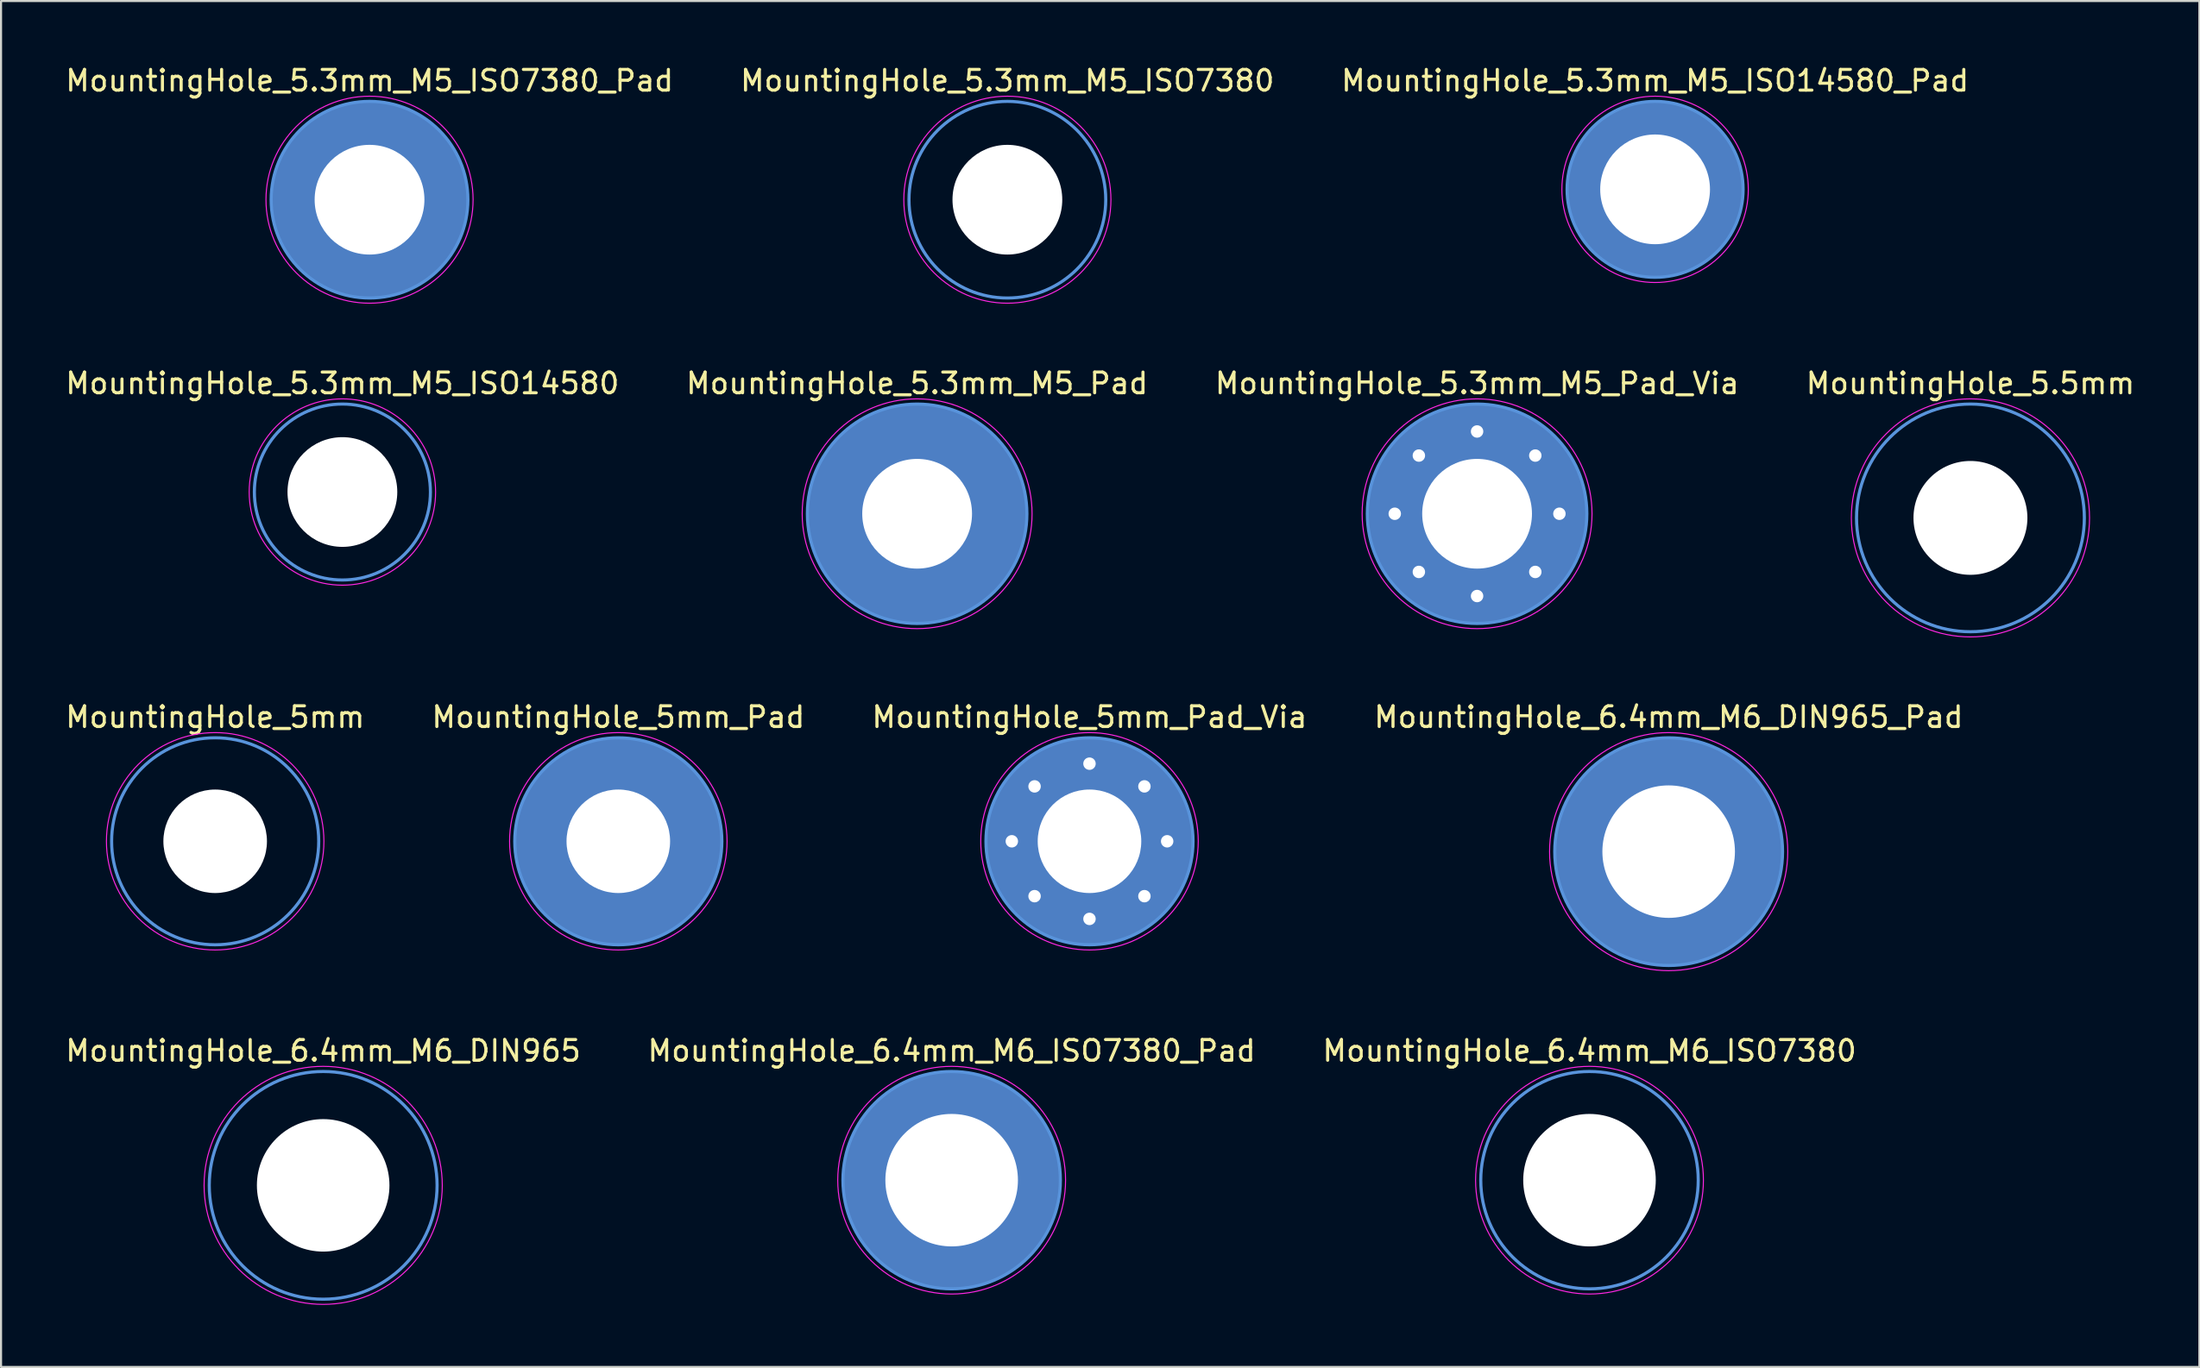
<source format=kicad_pcb>
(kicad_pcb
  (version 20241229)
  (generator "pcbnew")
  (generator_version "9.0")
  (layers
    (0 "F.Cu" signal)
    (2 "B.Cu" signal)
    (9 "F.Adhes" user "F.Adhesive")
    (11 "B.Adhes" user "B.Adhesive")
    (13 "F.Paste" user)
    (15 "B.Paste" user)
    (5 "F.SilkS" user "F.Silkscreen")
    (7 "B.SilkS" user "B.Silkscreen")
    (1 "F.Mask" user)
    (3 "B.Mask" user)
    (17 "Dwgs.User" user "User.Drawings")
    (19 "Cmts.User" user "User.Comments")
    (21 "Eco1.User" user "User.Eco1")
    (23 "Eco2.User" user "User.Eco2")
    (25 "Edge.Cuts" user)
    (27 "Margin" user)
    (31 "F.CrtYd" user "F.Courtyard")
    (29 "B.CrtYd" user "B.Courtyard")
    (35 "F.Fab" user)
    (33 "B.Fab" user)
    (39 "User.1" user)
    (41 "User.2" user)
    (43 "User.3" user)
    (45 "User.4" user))
  (footprint "MountingHole_5.3mm_M5_ISO14580"
    (layer "F.Cu")
    (at 13.482 20.721)
    (property "Reference" "MountingHole_5.3mm_M5_ISO14580" (at 0 -5.25 0) (layer "F.SilkS") (effects (font (size 1 1) (thickness 0.15))))
    (attr through_hole)
    (fp_circle (center 0 0) (end 4.25 0) (stroke (width 0.15) (type solid)) (fill no) (layer "Cmts.User"))
    (fp_circle (center 0 0) (end 4.5 0) (stroke (width 0.05) (type solid)) (fill no) (layer "F.CrtYd"))
    (pad "" np_thru_hole circle (at 0 0) (size 5.3 5.3) (drill 5.3) (layers "*.Cu" "*.Mask")))
  (footprint "MountingHole_5mm"
    (layer "F.Cu")
    (at 7.339 37.595)
    (property "Reference" "MountingHole_5mm" (at 0 -6 0) (layer "F.SilkS") (effects (font (size 1 1) (thickness 0.15))))
    (attr through_hole)
    (fp_circle (center 0 0) (end 5 0) (stroke (width 0.15) (type solid)) (fill no) (layer "Cmts.User"))
    (fp_circle (center 0 0) (end 5.25 0) (stroke (width 0.05) (type solid)) (fill no) (layer "F.CrtYd"))
    (pad "" np_thru_hole circle (at 0 0) (size 5 5) (drill 5) (layers "*.Cu" "*.Mask")))
  (footprint "MountingHole_6.4mm_M6_DIN965_Pad"
    (layer "F.Cu")
    (at 77.518 38.095)
    (property "Reference" "MountingHole_6.4mm_M6_DIN965_Pad" (at 0 -6.5 0) (layer "F.SilkS") (effects (font (size 1 1) (thickness 0.15))))
    (attr through_hole)
    (fp_circle (center 0 0) (end 5.5 0) (stroke (width 0.15) (type solid)) (fill no) (layer "Cmts.User"))
    (fp_circle (center 0 0) (end 5.75 0) (stroke (width 0.05) (type solid)) (fill no) (layer "F.CrtYd"))
    (pad "1" thru_hole circle (at 0 0) (size 11 11) (drill 6.4) (layers "*.Cu" "*.Mask")))
  (footprint "MountingHole_5mm_Pad_Via"
    (layer "F.Cu")
    (at 49.554 37.595)
    (property "Reference" "MountingHole_5mm_Pad_Via" (at 0 -6 0) (layer "F.SilkS") (effects (font (size 1 1) (thickness 0.15))))
    (attr through_hole)
    (fp_circle (center 0 0) (end 5 0) (stroke (width 0.15) (type solid)) (fill no) (layer "Cmts.User"))
    (fp_circle (center 0 0) (end 5.25 0) (stroke (width 0.05) (type solid)) (fill no) (layer "F.CrtYd"))
    (pad "" thru_hole circle (at -3.75 0) (size 0.7 0.7) (drill 0.6) (layers "*.Cu" "*.Mask"))
    (pad "" thru_hole circle (at -2.652 -2.652) (size 0.7 0.7) (drill 0.6) (layers "*.Cu" "*.Mask"))
    (pad "" thru_hole circle (at -2.652 2.652) (size 0.7 0.7) (drill 0.6) (layers "*.Cu" "*.Mask"))
    (pad "" thru_hole circle (at 0 -3.75) (size 0.7 0.7) (drill 0.6) (layers "*.Cu" "*.Mask"))
    (pad "" thru_hole circle (at 0 3.75) (size 0.7 0.7) (drill 0.6) (layers "*.Cu" "*.Mask"))
    (pad "" thru_hole circle (at 2.652 -2.652) (size 0.7 0.7) (drill 0.6) (layers "*.Cu" "*.Mask"))
    (pad "" thru_hole circle (at 2.652 2.652) (size 0.7 0.7) (drill 0.6) (layers "*.Cu" "*.Mask"))
    (pad "" thru_hole circle (at 3.75 0) (size 0.7 0.7) (drill 0.6) (layers "*.Cu" "*.Mask"))
    (pad "1" thru_hole circle (at 0 0) (size 10 10) (drill 5) (layers "*.Cu" "*.Mask")))
  (footprint "MountingHole_6.4mm_M6_ISO7380"
    (layer "F.Cu")
    (at 73.696 53.968)
    (property "Reference" "MountingHole_6.4mm_M6_ISO7380" (at 0 -6.25 0) (layer "F.SilkS") (effects (font (size 1 1) (thickness 0.15))))
    (attr through_hole)
    (fp_circle (center 0 0) (end 5.25 0) (stroke (width 0.15) (type solid)) (fill no) (layer "Cmts.User"))
    (fp_circle (center 0 0) (end 5.5 0) (stroke (width 0.05) (type solid)) (fill no) (layer "F.CrtYd"))
    (pad "" np_thru_hole circle (at 0 0) (size 6.4 6.4) (drill 6.4) (layers "*.Cu" "*.Mask")))
  (footprint "MountingHole_5.3mm_M5_ISO14580_Pad"
    (layer "F.Cu")
    (at 76.863 6.098)
    (property "Reference" "MountingHole_5.3mm_M5_ISO14580_Pad" (at 0 -5.25 0) (layer "F.SilkS") (effects (font (size 1 1) (thickness 0.15))))
    (attr through_hole)
    (fp_circle (center 0 0) (end 4.25 0) (stroke (width 0.15) (type solid)) (fill no) (layer "Cmts.User"))
    (fp_circle (center 0 0) (end 4.5 0) (stroke (width 0.05) (type solid)) (fill no) (layer "F.CrtYd"))
    (pad "1" thru_hole circle (at 0 0) (size 8.5 8.5) (drill 5.3) (layers "*.Cu" "*.Mask")))
  (footprint "MountingHole_5.3mm_M5_Pad_Via"
    (layer "F.Cu")
    (at 68.268 21.771)
    (property "Reference" "MountingHole_5.3mm_M5_Pad_Via" (at 0 -6.3 0) (layer "F.SilkS") (effects (font (size 1 1) (thickness 0.15))))
    (attr through_hole)
    (fp_circle (center 0 0) (end 5.3 0) (stroke (width 0.15) (type solid)) (fill no) (layer "Cmts.User"))
    (fp_circle (center 0 0) (end 5.55 0) (stroke (width 0.05) (type solid)) (fill no) (layer "F.CrtYd"))
    (pad "" thru_hole circle (at -3.975 0) (size 0.7 0.7) (drill 0.6) (layers "*.Cu" "*.Mask"))
    (pad "" thru_hole circle (at -2.811 -2.811) (size 0.7 0.7) (drill 0.6) (layers "*.Cu" "*.Mask"))
    (pad "" thru_hole circle (at -2.811 2.811) (size 0.7 0.7) (drill 0.6) (layers "*.Cu" "*.Mask"))
    (pad "" thru_hole circle (at 0 -3.975) (size 0.7 0.7) (drill 0.6) (layers "*.Cu" "*.Mask"))
    (pad "" thru_hole circle (at 0 3.975) (size 0.7 0.7) (drill 0.6) (layers "*.Cu" "*.Mask"))
    (pad "" thru_hole circle (at 2.811 -2.811) (size 0.7 0.7) (drill 0.6) (layers "*.Cu" "*.Mask"))
    (pad "" thru_hole circle (at 2.811 2.811) (size 0.7 0.7) (drill 0.6) (layers "*.Cu" "*.Mask"))
    (pad "" thru_hole circle (at 3.975 0) (size 0.7 0.7) (drill 0.6) (layers "*.Cu" "*.Mask"))
    (pad "1" thru_hole circle (at 0 0) (size 10.6 10.6) (drill 5.3) (layers "*.Cu" "*.Mask")))
  (footprint "MountingHole_5.3mm_M5_Pad"
    (layer "F.Cu")
    (at 41.232 21.771)
    (property "Reference" "MountingHole_5.3mm_M5_Pad" (at 0 -6.3 0) (layer "F.SilkS") (effects (font (size 1 1) (thickness 0.15))))
    (attr through_hole)
    (fp_circle (center 0 0) (end 5.3 0) (stroke (width 0.15) (type solid)) (fill no) (layer "Cmts.User"))
    (fp_circle (center 0 0) (end 5.55 0) (stroke (width 0.05) (type solid)) (fill no) (layer "F.CrtYd"))
    (pad "1" thru_hole circle (at 0 0) (size 10.6 10.6) (drill 5.3) (layers "*.Cu" "*.Mask")))
  (footprint "MountingHole_6.4mm_M6_DIN965"
    (layer "F.Cu")
    (at 12.554 54.218)
    (property "Reference" "MountingHole_6.4mm_M6_DIN965" (at 0 -6.5 0) (layer "F.SilkS") (effects (font (size 1 1) (thickness 0.15))))
    (attr through_hole)
    (fp_circle (center 0 0) (end 5.5 0) (stroke (width 0.15) (type solid)) (fill no) (layer "Cmts.User"))
    (fp_circle (center 0 0) (end 5.75 0) (stroke (width 0.05) (type solid)) (fill no) (layer "F.CrtYd"))
    (pad "" np_thru_hole circle (at 0 0) (size 6.4 6.4) (drill 6.4) (layers "*.Cu" "*.Mask")))
  (footprint "MountingHole_6.4mm_M6_ISO7380_Pad"
    (layer "F.Cu")
    (at 42.899 53.968)
    (property "Reference" "MountingHole_6.4mm_M6_ISO7380_Pad" (at 0 -6.25 0) (layer "F.SilkS") (effects (font (size 1 1) (thickness 0.15))))
    (attr through_hole)
    (fp_circle (center 0 0) (end 5.25 0) (stroke (width 0.15) (type solid)) (fill no) (layer "Cmts.User"))
    (fp_circle (center 0 0) (end 5.5 0) (stroke (width 0.05) (type solid)) (fill no) (layer "F.CrtYd"))
    (pad "1" thru_hole circle (at 0 0) (size 10.5 10.5) (drill 6.4) (layers "*.Cu" "*.Mask")))
  (footprint "MountingHole_5.5mm"
    (layer "F.Cu")
    (at 92.089 21.971)
    (property "Reference" "MountingHole_5.5mm" (at 0 -6.5 0) (layer "F.SilkS") (effects (font (size 1 1) (thickness 0.15))))
    (attr through_hole)
    (fp_circle (center 0 0) (end 5.5 0) (stroke (width 0.15) (type solid)) (fill no) (layer "Cmts.User"))
    (fp_circle (center 0 0) (end 5.75 0) (stroke (width 0.05) (type solid)) (fill no) (layer "F.CrtYd"))
    (pad "" np_thru_hole circle (at 0 0) (size 5.5 5.5) (drill 5.5) (layers "*.Cu" "*.Mask")))
  (footprint "MountingHole_5.3mm_M5_ISO7380_Pad"
    (layer "F.Cu")
    (at 14.792 6.598)
    (property "Reference" "MountingHole_5.3mm_M5_ISO7380_Pad" (at 0 -5.75 0) (layer "F.SilkS") (effects (font (size 1 1) (thickness 0.15))))
    (attr through_hole)
    (fp_circle (center 0 0) (end 4.75 0) (stroke (width 0.15) (type solid)) (fill no) (layer "Cmts.User"))
    (fp_circle (center 0 0) (end 5 0) (stroke (width 0.05) (type solid)) (fill no) (layer "F.CrtYd"))
    (pad "1" thru_hole circle (at 0 0) (size 9.5 9.5) (drill 5.3) (layers "*.Cu" "*.Mask")))
  (footprint "MountingHole_5mm_Pad"
    (layer "F.Cu")
    (at 26.804 37.595)
    (property "Reference" "MountingHole_5mm_Pad" (at 0 -6 0) (layer "F.SilkS") (effects (font (size 1 1) (thickness 0.15))))
    (attr through_hole)
    (fp_circle (center 0 0) (end 5 0) (stroke (width 0.15) (type solid)) (fill no) (layer "Cmts.User"))
    (fp_circle (center 0 0) (end 5.25 0) (stroke (width 0.05) (type solid)) (fill no) (layer "F.CrtYd"))
    (pad "1" thru_hole circle (at 0 0) (size 10 10) (drill 5) (layers "*.Cu" "*.Mask")))
  (footprint "MountingHole_5.3mm_M5_ISO7380"
    (layer "F.Cu")
    (at 45.589 6.598)
    (property "Reference" "MountingHole_5.3mm_M5_ISO7380" (at 0 -5.75 0) (layer "F.SilkS") (effects (font (size 1 1) (thickness 0.15))))
    (attr through_hole)
    (fp_circle (center 0 0) (end 4.75 0) (stroke (width 0.15) (type solid)) (fill no) (layer "Cmts.User"))
    (fp_circle (center 0 0) (end 5 0) (stroke (width 0.05) (type solid)) (fill no) (layer "F.CrtYd"))
    (pad "" np_thru_hole circle (at 0 0) (size 5.3 5.3) (drill 5.3) (layers "*.Cu" "*.Mask")))
  (gr_rect
    (start -3 -3)
    (end 103.143 62.993)
    (stroke (width 0.1) (type default))
    (fill no)
    (layer "Edge.Cuts")))
</source>
